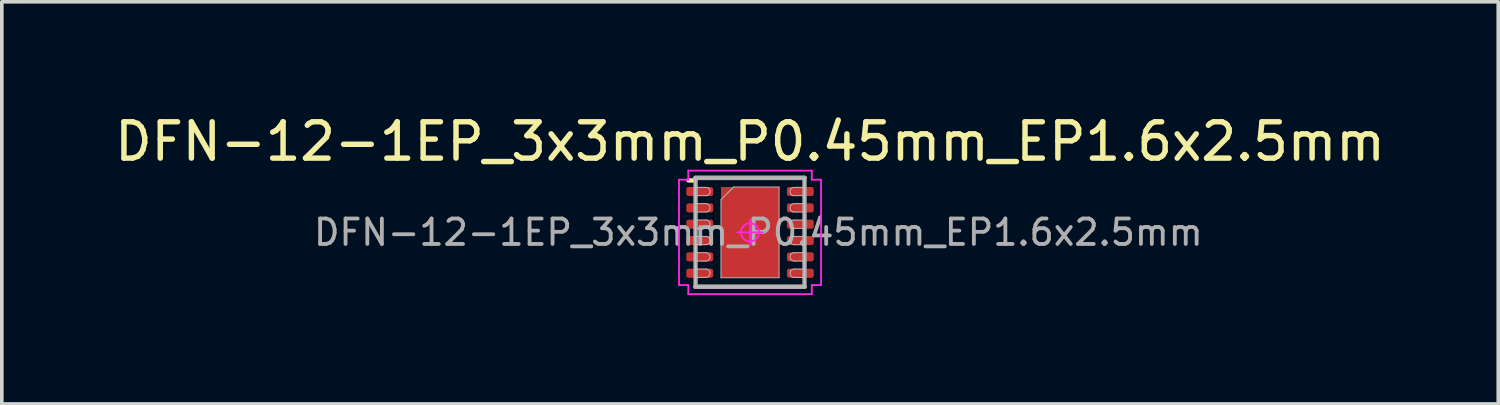
<source format=kicad_pcb>
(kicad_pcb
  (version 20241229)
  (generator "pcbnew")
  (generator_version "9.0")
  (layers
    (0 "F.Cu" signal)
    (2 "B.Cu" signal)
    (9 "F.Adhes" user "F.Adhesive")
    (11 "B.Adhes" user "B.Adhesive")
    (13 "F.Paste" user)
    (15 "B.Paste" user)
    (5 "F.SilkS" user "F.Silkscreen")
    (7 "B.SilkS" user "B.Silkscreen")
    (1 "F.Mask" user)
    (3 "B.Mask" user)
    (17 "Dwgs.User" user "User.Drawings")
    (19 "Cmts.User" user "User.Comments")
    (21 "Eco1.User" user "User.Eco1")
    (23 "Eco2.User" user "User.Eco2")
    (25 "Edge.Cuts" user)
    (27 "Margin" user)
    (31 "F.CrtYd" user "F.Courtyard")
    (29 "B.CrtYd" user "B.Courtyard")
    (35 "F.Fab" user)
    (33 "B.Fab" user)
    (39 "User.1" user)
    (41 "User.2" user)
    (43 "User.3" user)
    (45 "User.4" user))
  (footprint "DFN-12-1EP_3x3mm_P0.45mm_EP1.6x2.5mm"
    (layer "F.Cu")
    (at 17.601 3.348)
    (property "Reference" "DFN-12-1EP_3x3mm_P0.45mm_EP1.6x2.5mm" (at 0 -2.5 0) (layer "F.SilkS") (effects (font (size 1 1) (thickness 0.15))))
    (attr smd)
    (fp_line (start -1.5 -1.5) (end 1.5 -1.5) (stroke (width 0.12) (type solid)) (layer "F.SilkS"))
    (fp_line (start -1.5 -1.43) (end -1.695 -1.43) (stroke (width 0.12) (type solid)) (layer "F.SilkS"))
    (fp_line (start -1.5 1.5) (end 1.5 1.5) (stroke (width 0.12) (type solid)) (layer "F.SilkS"))
    (fp_line (start -1.5 -1.5) (end 1.5 -1.5) (stroke (width 0.025) (type solid)) (layer "Dwgs.User"))
    (fp_line (start -1.5 -1.24) (end -1.5 -1.01) (stroke (width 0.025) (type solid)) (layer "Dwgs.User"))
    (fp_line (start -1.5 -1.01) (end -1.215 -1.01) (stroke (width 0.025) (type solid)) (layer "Dwgs.User"))
    (fp_line (start -1.5 -0.79) (end -1.5 -0.56) (stroke (width 0.025) (type solid)) (layer "Dwgs.User"))
    (fp_line (start -1.5 -0.56) (end -1.215 -0.56) (stroke (width 0.025) (type solid)) (layer "Dwgs.User"))
    (fp_line (start -1.5 -0.34) (end -1.5 -0.11) (stroke (width 0.025) (type solid)) (layer "Dwgs.User"))
    (fp_line (start -1.5 -0.11) (end -1.215 -0.11) (stroke (width 0.025) (type solid)) (layer "Dwgs.User"))
    (fp_line (start -1.5 0.11) (end -1.5 0.34) (stroke (width 0.025) (type solid)) (layer "Dwgs.User"))
    (fp_line (start -1.5 0.34) (end -1.215 0.34) (stroke (width 0.025) (type solid)) (layer "Dwgs.User"))
    (fp_line (start -1.5 0.56) (end -1.5 0.79) (stroke (width 0.025) (type solid)) (layer "Dwgs.User"))
    (fp_line (start -1.5 0.79) (end -1.215 0.79) (stroke (width 0.025) (type solid)) (layer "Dwgs.User"))
    (fp_line (start -1.5 1.01) (end -1.5 1.24) (stroke (width 0.025) (type solid)) (layer "Dwgs.User"))
    (fp_line (start -1.5 1.24) (end -1.215 1.24) (stroke (width 0.025) (type solid)) (layer "Dwgs.User"))
    (fp_line (start -1.5 1.5) (end -1.5 -1.5) (stroke (width 0.025) (type solid)) (layer "Dwgs.User"))
    (fp_line (start -1.215 -1.24) (end -1.5 -1.24) (stroke (width 0.025) (type solid)) (layer "Dwgs.User"))
    (fp_line (start -1.215 -0.79) (end -1.5 -0.79) (stroke (width 0.025) (type solid)) (layer "Dwgs.User"))
    (fp_line (start -1.215 -0.34) (end -1.5 -0.34) (stroke (width 0.025) (type solid)) (layer "Dwgs.User"))
    (fp_line (start -1.215 0.11) (end -1.5 0.11) (stroke (width 0.025) (type solid)) (layer "Dwgs.User"))
    (fp_line (start -1.215 0.56) (end -1.5 0.56) (stroke (width 0.025) (type solid)) (layer "Dwgs.User"))
    (fp_line (start -1.215 1.01) (end -1.5 1.01) (stroke (width 0.025) (type solid)) (layer "Dwgs.User"))
    (fp_line (start -0.8 -0.9) (end -0.8 1.25) (stroke (width 0.025) (type solid)) (layer "Dwgs.User"))
    (fp_line (start -0.8 1.25) (end 0.8 1.25) (stroke (width 0.025) (type solid)) (layer "Dwgs.User"))
    (fp_line (start -0.45 -1.25) (end -0.8 -0.9) (stroke (width 0.025) (type solid)) (layer "Dwgs.User"))
    (fp_line (start 0.8 -1.25) (end -0.45 -1.25) (stroke (width 0.025) (type solid)) (layer "Dwgs.User"))
    (fp_line (start 0.8 1.25) (end 0.8 -1.25) (stroke (width 0.025) (type solid)) (layer "Dwgs.User"))
    (fp_line (start 1.215 -1.01) (end 1.5 -1.01) (stroke (width 0.025) (type solid)) (layer "Dwgs.User"))
    (fp_line (start 1.215 -0.56) (end 1.5 -0.56) (stroke (width 0.025) (type solid)) (layer "Dwgs.User"))
    (fp_line (start 1.215 -0.11) (end 1.5 -0.11) (stroke (width 0.025) (type solid)) (layer "Dwgs.User"))
    (fp_line (start 1.215 0.34) (end 1.5 0.34) (stroke (width 0.025) (type solid)) (layer "Dwgs.User"))
    (fp_line (start 1.215 0.79) (end 1.5 0.79) (stroke (width 0.025) (type solid)) (layer "Dwgs.User"))
    (fp_line (start 1.215 1.24) (end 1.5 1.24) (stroke (width 0.025) (type solid)) (layer "Dwgs.User"))
    (fp_line (start 1.5 -1.5) (end 1.5 1.5) (stroke (width 0.025) (type solid)) (layer "Dwgs.User"))
    (fp_line (start 1.5 -1.24) (end 1.215 -1.24) (stroke (width 0.025) (type solid)) (layer "Dwgs.User"))
    (fp_line (start 1.5 -1.01) (end 1.5 -1.24) (stroke (width 0.025) (type solid)) (layer "Dwgs.User"))
    (fp_line (start 1.5 -0.79) (end 1.215 -0.79) (stroke (width 0.025) (type solid)) (layer "Dwgs.User"))
    (fp_line (start 1.5 -0.56) (end 1.5 -0.79) (stroke (width 0.025) (type solid)) (layer "Dwgs.User"))
    (fp_line (start 1.5 -0.34) (end 1.215 -0.34) (stroke (width 0.025) (type solid)) (layer "Dwgs.User"))
    (fp_line (start 1.5 -0.11) (end 1.5 -0.34) (stroke (width 0.025) (type solid)) (layer "Dwgs.User"))
    (fp_line (start 1.5 0.11) (end 1.215 0.11) (stroke (width 0.025) (type solid)) (layer "Dwgs.User"))
    (fp_line (start 1.5 0.34) (end 1.5 0.11) (stroke (width 0.025) (type solid)) (layer "Dwgs.User"))
    (fp_line (start 1.5 0.56) (end 1.215 0.56) (stroke (width 0.025) (type solid)) (layer "Dwgs.User"))
    (fp_line (start 1.5 0.79) (end 1.5 0.56) (stroke (width 0.025) (type solid)) (layer "Dwgs.User"))
    (fp_line (start 1.5 1.01) (end 1.215 1.01) (stroke (width 0.025) (type solid)) (layer "Dwgs.User"))
    (fp_line (start 1.5 1.24) (end 1.5 1.01) (stroke (width 0.025) (type solid)) (layer "Dwgs.User"))
    (fp_line (start 1.5 1.5) (end -1.5 1.5) (stroke (width 0.025) (type solid)) (layer "Dwgs.User"))
    (fp_arc (start -1.215 -1.24) (mid -1.1 -1.125) (end -1.215 -1.01) (stroke (width 0.025) (type solid)) (layer "Dwgs.User"))
    (fp_arc (start -1.215 -0.79) (mid -1.1 -0.675) (end -1.215 -0.56) (stroke (width 0.025) (type solid)) (layer "Dwgs.User"))
    (fp_arc (start -1.215 -0.34) (mid -1.1 -0.225) (end -1.215 -0.11) (stroke (width 0.025) (type solid)) (layer "Dwgs.User"))
    (fp_arc (start -1.215 0.11) (mid -1.1 0.225) (end -1.215 0.34) (stroke (width 0.025) (type solid)) (layer "Dwgs.User"))
    (fp_arc (start -1.215 0.56) (mid -1.1 0.675) (end -1.215 0.79) (stroke (width 0.025) (type solid)) (layer "Dwgs.User"))
    (fp_arc (start -1.215 1.01) (mid -1.1 1.125) (end -1.215 1.24) (stroke (width 0.025) (type solid)) (layer "Dwgs.User"))
    (fp_arc (start 1.215 -1.01) (mid 1.1 -1.125) (end 1.215 -1.24) (stroke (width 0.025) (type solid)) (layer "Dwgs.User"))
    (fp_arc (start 1.215 -0.56) (mid 1.1 -0.675) (end 1.215 -0.79) (stroke (width 0.025) (type solid)) (layer "Dwgs.User"))
    (fp_arc (start 1.215 -0.11) (mid 1.1 -0.225) (end 1.215 -0.34) (stroke (width 0.025) (type solid)) (layer "Dwgs.User"))
    (fp_arc (start 1.215 0.34) (mid 1.1 0.225) (end 1.215 0.11) (stroke (width 0.025) (type solid)) (layer "Dwgs.User"))
    (fp_arc (start 1.215 0.79) (mid 1.1 0.675) (end 1.215 0.56) (stroke (width 0.025) (type solid)) (layer "Dwgs.User"))
    (fp_arc (start 1.215 1.24) (mid 1.1 1.125) (end 1.215 1.01) (stroke (width 0.025) (type solid)) (layer "Dwgs.User"))
    (fp_line (start -1.955 -1.45) (end -1.955 1.45) (stroke (width 0.05) (type solid)) (layer "F.CrtYd"))
    (fp_line (start -1.955 1.45) (end -1.7 1.45) (stroke (width 0.05) (type solid)) (layer "F.CrtYd"))
    (fp_line (start -1.7 -1.7) (end -1.7 -1.45) (stroke (width 0.05) (type solid)) (layer "F.CrtYd"))
    (fp_line (start -1.7 -1.45) (end -1.955 -1.45) (stroke (width 0.05) (type solid)) (layer "F.CrtYd"))
    (fp_line (start -1.7 1.45) (end -1.7 1.7) (stroke (width 0.05) (type solid)) (layer "F.CrtYd"))
    (fp_line (start -1.7 1.7) (end 1.7 1.7) (stroke (width 0.05) (type solid)) (layer "F.CrtYd"))
    (fp_line (start 0 -0.35) (end 0 0.35) (stroke (width 0.05) (type solid)) (layer "F.CrtYd"))
    (fp_line (start 0.35 0) (end -0.35 0) (stroke (width 0.05) (type solid)) (layer "F.CrtYd"))
    (fp_line (start 1.7 -1.7) (end -1.7 -1.7) (stroke (width 0.05) (type solid)) (layer "F.CrtYd"))
    (fp_line (start 1.7 -1.45) (end 1.7 -1.7) (stroke (width 0.05) (type solid)) (layer "F.CrtYd"))
    (fp_line (start 1.7 1.45) (end 1.955 1.45) (stroke (width 0.05) (type solid)) (layer "F.CrtYd"))
    (fp_line (start 1.7 1.7) (end 1.7 1.45) (stroke (width 0.05) (type solid)) (layer "F.CrtYd"))
    (fp_line (start 1.955 -1.45) (end 1.7 -1.45) (stroke (width 0.05) (type solid)) (layer "F.CrtYd"))
    (fp_line (start 1.955 1.45) (end 1.955 -1.45) (stroke (width 0.05) (type solid)) (layer "F.CrtYd"))
    (fp_circle (center 0 0) (end -0.25 0) (stroke (width 0.05) (type solid)) (fill no) (layer "F.CrtYd"))
    (fp_line (start -1.5 -1.5) (end 1.5 -1.5) (stroke (width 0.12) (type solid)) (layer "F.Fab"))
    (fp_line (start -1.5 1.5) (end -1.5 -1.5) (stroke (width 0.12) (type solid)) (layer "F.Fab"))
    (fp_line (start 1.5 -1.5) (end 1.5 1.5) (stroke (width 0.12) (type solid)) (layer "F.Fab"))
    (fp_line (start 1.5 1.5) (end -1.5 1.5) (stroke (width 0.12) (type solid)) (layer "F.Fab"))
    (fp_text user "${REFERENCE}" (at 0.23 0 0) (layer "F.Fab") (effects (font (size 0.7 0.7) (thickness 0.105))))
    (pad "" smd rect (at -0.4 0.625) (size 0.57 1.02) (layers "F.Paste"))
    (pad "" smd rect (at -0.37 -0.595) (size 0.51 0.96) (layers "F.Paste"))
    (pad "" smd rect (at 0.4 -0.625) (size 0.57 1.02) (layers "F.Paste"))
    (pad "" smd rect (at 0.4 0.625) (size 0.57 1.02) (layers "F.Paste"))
    (pad "1" smd roundrect (at -1.385 -1.125) (size 0.74 0.25) (layers "F.Cu" "F.Mask" "F.Paste") (roundrect_rratio 0.24))
    (pad "2" smd roundrect (at -1.385 -0.675) (size 0.74 0.25) (layers "F.Cu" "F.Mask" "F.Paste") (roundrect_rratio 0.24))
    (pad "3" smd roundrect (at -1.385 -0.225) (size 0.74 0.25) (layers "F.Cu" "F.Mask" "F.Paste") (roundrect_rratio 0.24))
    (pad "4" smd roundrect (at -1.385 0.225) (size 0.74 0.25) (layers "F.Cu" "F.Mask" "F.Paste") (roundrect_rratio 0.24))
    (pad "5" smd roundrect (at -1.385 0.675) (size 0.74 0.25) (layers "F.Cu" "F.Mask" "F.Paste") (roundrect_rratio 0.24))
    (pad "6" smd roundrect (at -1.385 1.125) (size 0.74 0.25) (layers "F.Cu" "F.Mask" "F.Paste") (roundrect_rratio 0.24))
    (pad "7" smd roundrect (at 1.385 1.125) (size 0.74 0.25) (layers "F.Cu" "F.Mask" "F.Paste") (roundrect_rratio 0.24))
    (pad "8" smd roundrect (at 1.385 0.675) (size 0.74 0.25) (layers "F.Cu" "F.Mask" "F.Paste") (roundrect_rratio 0.24))
    (pad "9" smd roundrect (at 1.385 0.225) (size 0.74 0.25) (layers "F.Cu" "F.Mask" "F.Paste") (roundrect_rratio 0.24))
    (pad "10" smd roundrect (at 1.385 -0.225) (size 0.74 0.25) (layers "F.Cu" "F.Mask" "F.Paste") (roundrect_rratio 0.24))
    (pad "11" smd roundrect (at 1.385 -0.675) (size 0.74 0.25) (layers "F.Cu" "F.Mask" "F.Paste") (roundrect_rratio 0.24))
    (pad "12" smd roundrect (at 1.385 -1.125) (size 0.74 0.25) (layers "F.Cu" "F.Mask" "F.Paste") (roundrect_rratio 0.24))
    (pad "13" smd rect (at 0 0) (size 1.6 2.5) (layers "F.Cu" "F.Mask")))
  (gr_rect
    (start -3 -3)
    (end 38.202 8.073)
    (stroke (width 0.1) (type default))
    (fill no)
    (layer "Edge.Cuts")))
</source>
